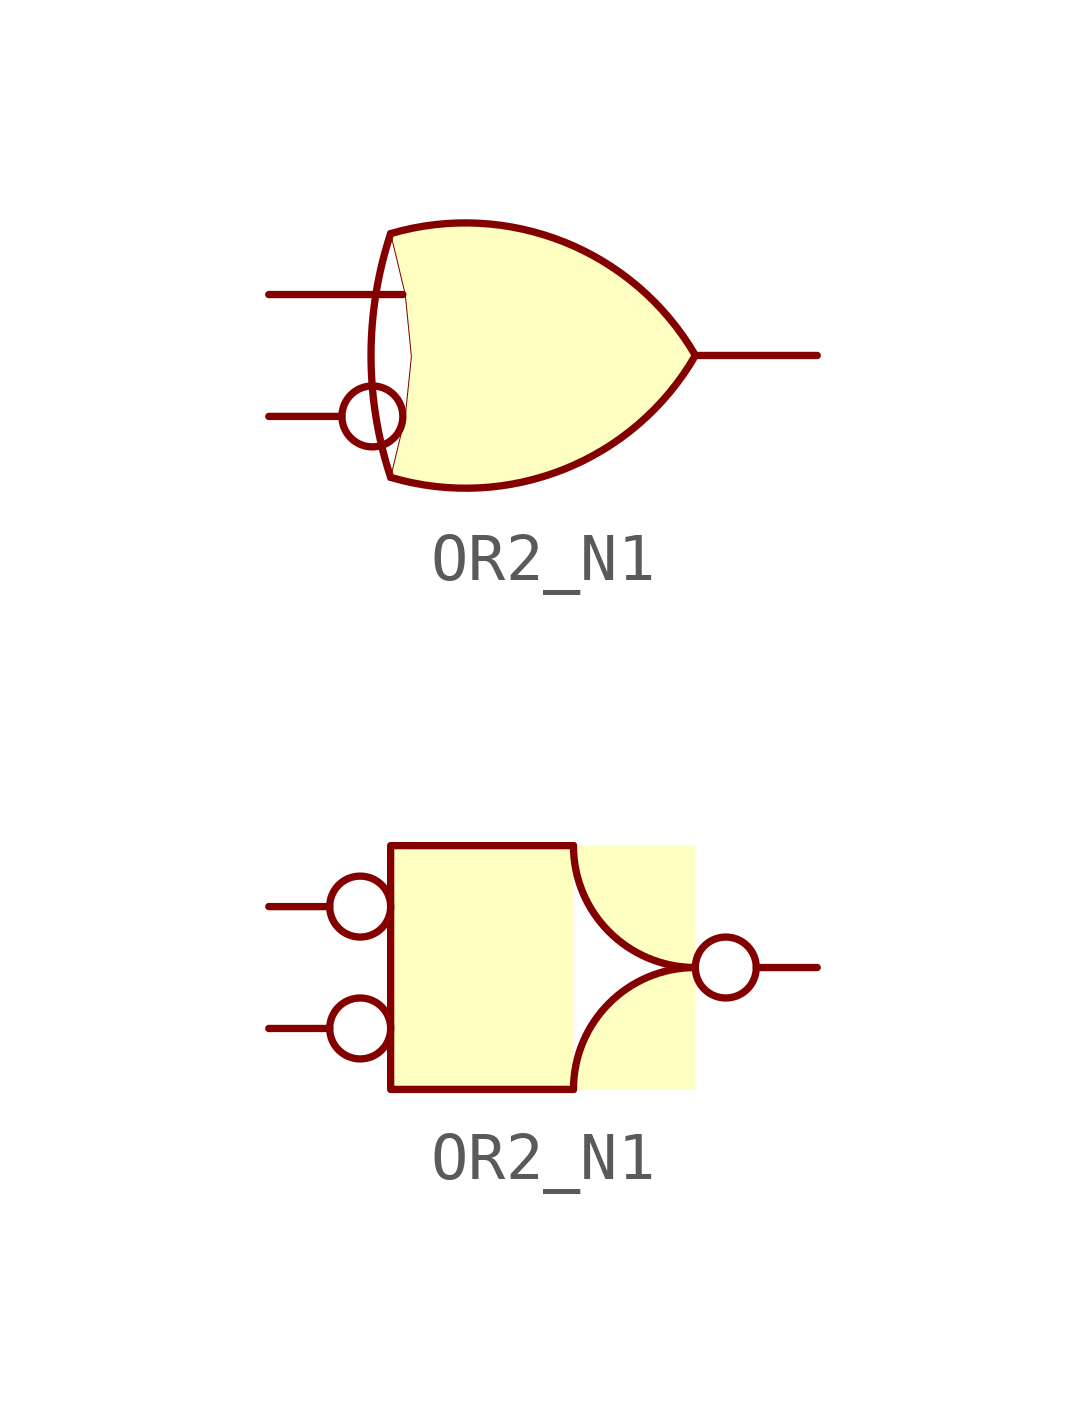
<source format=kicad_sym>
(kicad_symbol_lib
  (version 20211014)
  (generator kicad_symbol_editor)
  (symbol "OR2_N1"
    (property "Reference" "U"
      (at 0 -7.62 0)
      (effects (font (size 1.27 1.27)) hide))
    (symbol "OR2_N1_0_1"
      (arc (start 0 -2.54) (mid 3.6152 -2.3706) (end 6.35 0) (stroke (width 0.1524) (type default) (color 0 0 0 0)) (fill (type background)))
      (polyline (pts (xy 0.965 -2.743) (xy 0 -2.54) (xy 0.305 -1.27) (xy 0.432 -0.025) (xy 0.305 1.27) (xy 0 2.54) (xy 0.838 2.692)) (stroke (width 0.003) (type default) (color 0 0 0 0)) (fill (type background)))
      (arc (start 0 2.54) (mid -15.7726 0) (end 0 -2.54) (stroke (width 0.1524) (type default) (color 0 0 0 0)) (fill (type none)))
      (arc (start 6.35 0) (mid 3.6134 2.3659) (end 0 2.54) (stroke (width 0.1524) (type default) (color 0 0 0 0)) (fill (type background))))
    (symbol "OR2_N1_0_2"
      (polyline (pts (xy 3.81 2.54) (xy 0 2.54) (xy 0 -2.54) (xy 3.81 -2.54)) (stroke (width 0.152) (type default) (color 0 0 0 0)) (fill (type background)))
      (arc (start 3.81 2.54) (mid 2.0139 -1.7961) (end 6.35 0) (stroke (width 0.1524) (type default) (color 0 0 0 0)) (fill (type background)))
      (arc (start 6.35 0) (mid 2.0139 1.7961) (end 3.81 -2.54) (stroke (width 0.1524) (type default) (color 0 0 0 0)) (fill (type background))))
    (symbol "OR2_N1_1_1"
      (pin input inverted (at -2.54 -1.27 0) (length 2.794) (name "" (effects (font (size 1.27 1.27)))) (number "" (effects (font (size 1.27 1.27)))))
      (pin input line (at -2.54 1.27 0) (length 2.794) (name "" (effects (font (size 1.27 1.27)))) (number "" (effects (font (size 1.27 1.27)))))
      (pin output line (at 8.89 0 180) (length 2.54) (name "" (effects (font (size 1.27 1.27)))) (number "" (effects (font (size 1.27 1.27))))))
    (symbol "OR2_N1_1_2"
      (pin input inverted (at -2.54 -1.27 0) (length 2.54) (name "" (effects (font (size 1.27 1.27)))) (number "" (effects (font (size 1.27 1.27)))))
      (pin input inverted (at -2.54 1.27 0) (length 2.54) (name "" (effects (font (size 1.27 1.27)))) (number "" (effects (font (size 1.27 1.27)))))
      (pin output inverted (at 8.89 0 180) (length 2.54) (name "" (effects (font (size 1.27 1.27)))) (number "" (effects (font (size 1.27 1.27))))))))
</source>
